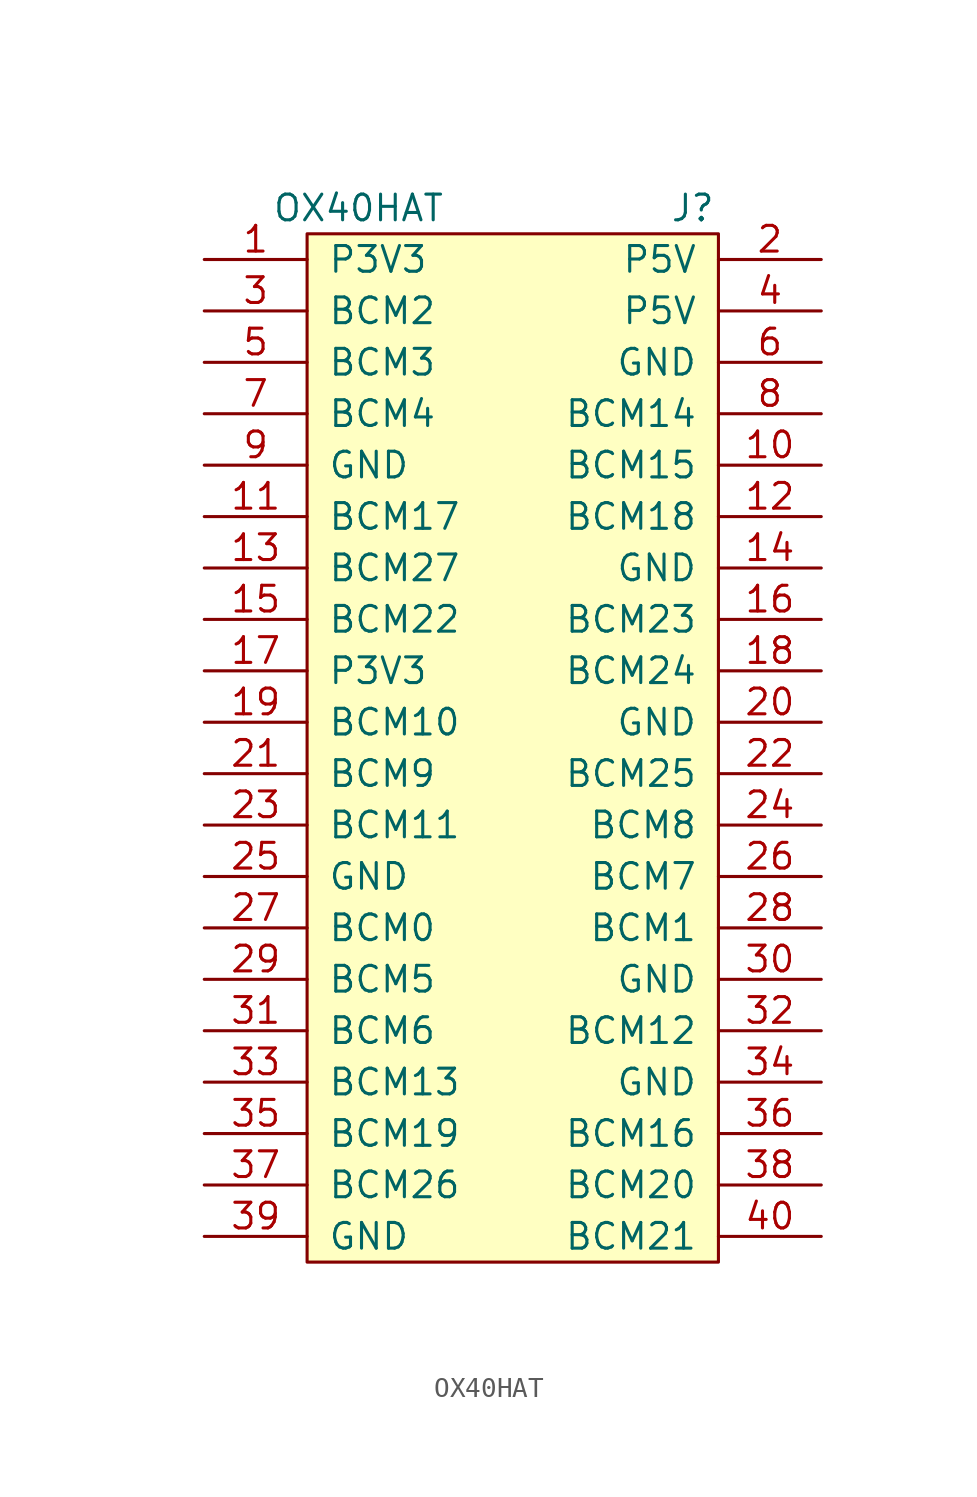
<source format=kicad_sym>
(kicad_symbol_lib
  (version 20211014)
  (generator kicad_symbol_editor)
  (symbol "OX40HAT"
    (pin_names
      (offset 1.016))
    (property "Reference" "J"
      (at 8.89 2.54 0)
      (effects (font (size 1.27 1.27))))
    (property "Value" "OX40HAT"
      (at -7.62 2.54 0)
      (effects (font (size 1.27 1.27))))
    (property "Datasheet" ""
      (at -17.78 0 0)
      (effects (font (size 1.27 1.27))))
    (symbol "OX40HAT_0_1"
      (rectangle (start -10.16 1.27) (end 10.16 -49.53) (stroke (width 0) (type default) (color 0 0 0 0)) (fill (type background))))
    (symbol "OX40HAT_1_1"
      (pin power_in line (at -15.24 0 0) (length 5.08) (name "P3V3" (effects (font (size 1.27 1.27)))) (number "1" (effects (font (size 1.27 1.27)))))
      (pin bidirectional line (at 15.24 -10.16 180) (length 5.08) (name "BCM15" (effects (font (size 1.27 1.27)))) (number "10" (effects (font (size 1.27 1.27)))))
      (pin bidirectional line (at -15.24 -12.7 0) (length 5.08) (name "BCM17" (effects (font (size 1.27 1.27)))) (number "11" (effects (font (size 1.27 1.27)))))
      (pin bidirectional line (at 15.24 -12.7 180) (length 5.08) (name "BCM18" (effects (font (size 1.27 1.27)))) (number "12" (effects (font (size 1.27 1.27)))))
      (pin bidirectional line (at -15.24 -15.24 0) (length 5.08) (name "BCM27" (effects (font (size 1.27 1.27)))) (number "13" (effects (font (size 1.27 1.27)))))
      (pin power_in line (at 15.24 -15.24 180) (length 5.08) (name "GND" (effects (font (size 1.27 1.27)))) (number "14" (effects (font (size 1.27 1.27)))))
      (pin bidirectional line (at -15.24 -17.78 0) (length 5.08) (name "BCM22" (effects (font (size 1.27 1.27)))) (number "15" (effects (font (size 1.27 1.27)))))
      (pin bidirectional line (at 15.24 -17.78 180) (length 5.08) (name "BCM23" (effects (font (size 1.27 1.27)))) (number "16" (effects (font (size 1.27 1.27)))))
      (pin power_in line (at -15.24 -20.32 0) (length 5.08) (name "P3V3" (effects (font (size 1.27 1.27)))) (number "17" (effects (font (size 1.27 1.27)))))
      (pin bidirectional line (at 15.24 -20.32 180) (length 5.08) (name "BCM24" (effects (font (size 1.27 1.27)))) (number "18" (effects (font (size 1.27 1.27)))))
      (pin bidirectional line (at -15.24 -22.86 0) (length 5.08) (name "BCM10" (effects (font (size 1.27 1.27)))) (number "19" (effects (font (size 1.27 1.27)))))
      (pin power_in line (at 15.24 0 180) (length 5.08) (name "P5V" (effects (font (size 1.27 1.27)))) (number "2" (effects (font (size 1.27 1.27)))))
      (pin power_in line (at 15.24 -22.86 180) (length 5.08) (name "GND" (effects (font (size 1.27 1.27)))) (number "20" (effects (font (size 1.27 1.27)))))
      (pin bidirectional line (at -15.24 -25.4 0) (length 5.08) (name "BCM9" (effects (font (size 1.27 1.27)))) (number "21" (effects (font (size 1.27 1.27)))))
      (pin bidirectional line (at 15.24 -25.4 180) (length 5.08) (name "BCM25" (effects (font (size 1.27 1.27)))) (number "22" (effects (font (size 1.27 1.27)))))
      (pin bidirectional line (at -15.24 -27.94 0) (length 5.08) (name "BCM11" (effects (font (size 1.27 1.27)))) (number "23" (effects (font (size 1.27 1.27)))))
      (pin bidirectional line (at 15.24 -27.94 180) (length 5.08) (name "BCM8" (effects (font (size 1.27 1.27)))) (number "24" (effects (font (size 1.27 1.27)))))
      (pin power_in line (at -15.24 -30.48 0) (length 5.08) (name "GND" (effects (font (size 1.27 1.27)))) (number "25" (effects (font (size 1.27 1.27)))))
      (pin bidirectional line (at 15.24 -30.48 180) (length 5.08) (name "BCM7" (effects (font (size 1.27 1.27)))) (number "26" (effects (font (size 1.27 1.27)))))
      (pin bidirectional line (at -15.24 -33.02 0) (length 5.08) (name "BCM0" (effects (font (size 1.27 1.27)))) (number "27" (effects (font (size 1.27 1.27)))))
      (pin bidirectional line (at 15.24 -33.02 180) (length 5.08) (name "BCM1" (effects (font (size 1.27 1.27)))) (number "28" (effects (font (size 1.27 1.27)))))
      (pin bidirectional line (at -15.24 -35.56 0) (length 5.08) (name "BCM5" (effects (font (size 1.27 1.27)))) (number "29" (effects (font (size 1.27 1.27)))))
      (pin bidirectional line (at -15.24 -2.54 0) (length 5.08) (name "BCM2" (effects (font (size 1.27 1.27)))) (number "3" (effects (font (size 1.27 1.27)))))
      (pin power_in line (at 15.24 -35.56 180) (length 5.08) (name "GND" (effects (font (size 1.27 1.27)))) (number "30" (effects (font (size 1.27 1.27)))))
      (pin bidirectional line (at -15.24 -38.1 0) (length 5.08) (name "BCM6" (effects (font (size 1.27 1.27)))) (number "31" (effects (font (size 1.27 1.27)))))
      (pin bidirectional line (at 15.24 -38.1 180) (length 5.08) (name "BCM12" (effects (font (size 1.27 1.27)))) (number "32" (effects (font (size 1.27 1.27)))))
      (pin bidirectional line (at -15.24 -40.64 0) (length 5.08) (name "BCM13" (effects (font (size 1.27 1.27)))) (number "33" (effects (font (size 1.27 1.27)))))
      (pin power_in line (at 15.24 -40.64 180) (length 5.08) (name "GND" (effects (font (size 1.27 1.27)))) (number "34" (effects (font (size 1.27 1.27)))))
      (pin bidirectional line (at -15.24 -43.18 0) (length 5.08) (name "BCM19" (effects (font (size 1.27 1.27)))) (number "35" (effects (font (size 1.27 1.27)))))
      (pin bidirectional line (at 15.24 -43.18 180) (length 5.08) (name "BCM16" (effects (font (size 1.27 1.27)))) (number "36" (effects (font (size 1.27 1.27)))))
      (pin bidirectional line (at -15.24 -45.72 0) (length 5.08) (name "BCM26" (effects (font (size 1.27 1.27)))) (number "37" (effects (font (size 1.27 1.27)))))
      (pin bidirectional line (at 15.24 -45.72 180) (length 5.08) (name "BCM20" (effects (font (size 1.27 1.27)))) (number "38" (effects (font (size 1.27 1.27)))))
      (pin power_in line (at -15.24 -48.26 0) (length 5.08) (name "GND" (effects (font (size 1.27 1.27)))) (number "39" (effects (font (size 1.27 1.27)))))
      (pin power_in line (at 15.24 -2.54 180) (length 5.08) (name "P5V" (effects (font (size 1.27 1.27)))) (number "4" (effects (font (size 1.27 1.27)))))
      (pin bidirectional line (at 15.24 -48.26 180) (length 5.08) (name "BCM21" (effects (font (size 1.27 1.27)))) (number "40" (effects (font (size 1.27 1.27)))))
      (pin bidirectional line (at -15.24 -5.08 0) (length 5.08) (name "BCM3" (effects (font (size 1.27 1.27)))) (number "5" (effects (font (size 1.27 1.27)))))
      (pin power_in line (at 15.24 -5.08 180) (length 5.08) (name "GND" (effects (font (size 1.27 1.27)))) (number "6" (effects (font (size 1.27 1.27)))))
      (pin bidirectional line (at -15.24 -7.62 0) (length 5.08) (name "BCM4" (effects (font (size 1.27 1.27)))) (number "7" (effects (font (size 1.27 1.27)))))
      (pin bidirectional line (at 15.24 -7.62 180) (length 5.08) (name "BCM14" (effects (font (size 1.27 1.27)))) (number "8" (effects (font (size 1.27 1.27)))))
      (pin power_in line (at -15.24 -10.16 0) (length 5.08) (name "GND" (effects (font (size 1.27 1.27)))) (number "9" (effects (font (size 1.27 1.27))))))))
</source>
